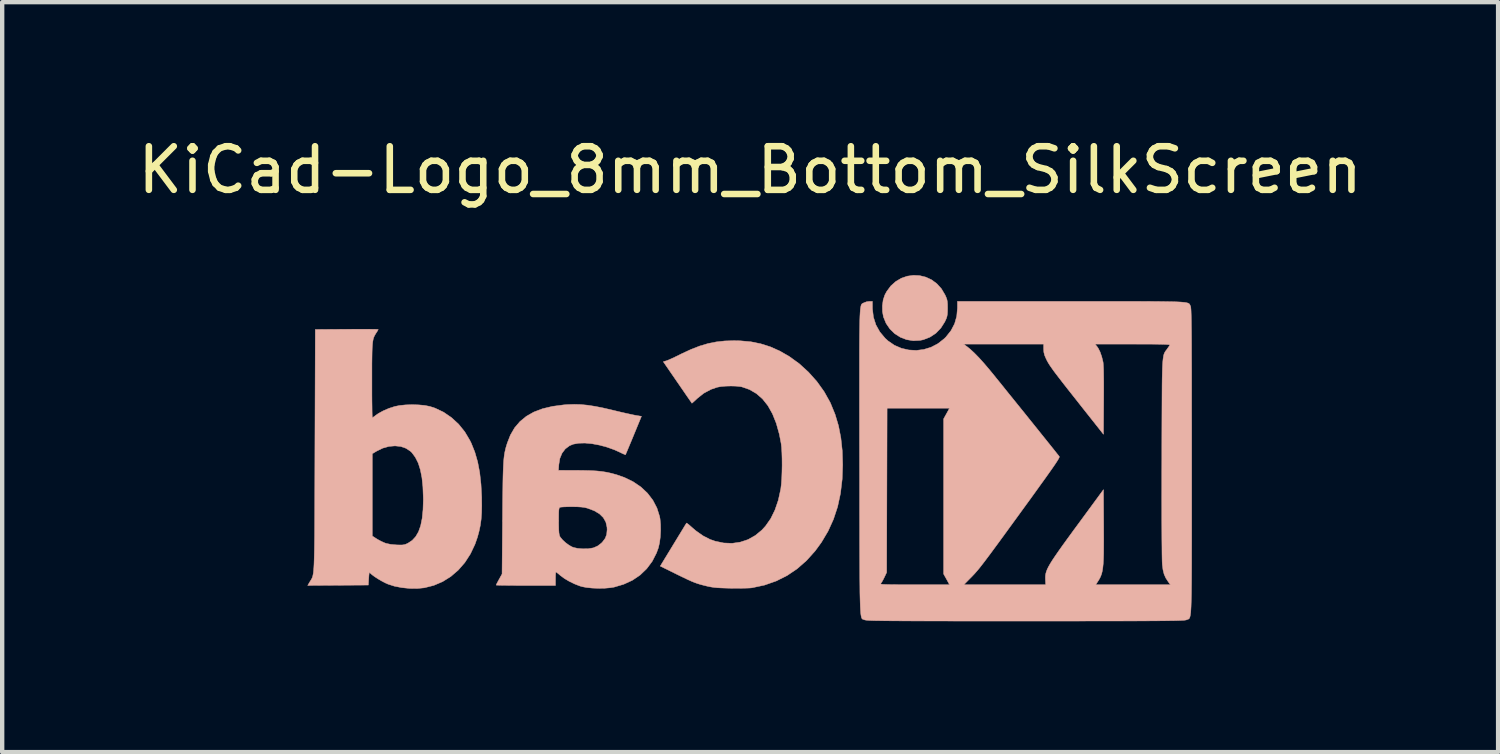
<source format=kicad_pcb>
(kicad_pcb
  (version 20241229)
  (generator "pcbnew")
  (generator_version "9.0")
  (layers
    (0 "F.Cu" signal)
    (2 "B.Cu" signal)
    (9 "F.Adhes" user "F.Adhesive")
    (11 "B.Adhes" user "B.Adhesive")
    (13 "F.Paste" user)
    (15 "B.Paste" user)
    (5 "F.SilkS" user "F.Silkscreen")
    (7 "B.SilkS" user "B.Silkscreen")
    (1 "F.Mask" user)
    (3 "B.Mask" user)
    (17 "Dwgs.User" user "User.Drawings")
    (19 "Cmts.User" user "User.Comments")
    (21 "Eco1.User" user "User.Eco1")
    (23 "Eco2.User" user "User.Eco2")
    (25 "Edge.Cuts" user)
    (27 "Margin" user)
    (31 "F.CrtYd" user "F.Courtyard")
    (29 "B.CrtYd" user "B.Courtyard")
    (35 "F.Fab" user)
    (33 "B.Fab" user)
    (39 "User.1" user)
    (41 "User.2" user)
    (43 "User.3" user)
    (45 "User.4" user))
  (footprint "KiCad-Logo_8mm_Bottom_SilkScreen"
    (layer "F.Cu")
    (at 14.149 7.198)
    (property "Reference" "KiCad-Logo_8mm_Bottom_SilkScreen" (at 0 -6.35 0) (layer "F.SilkS") (effects (font (size 1 1) (thickness 0.15))))
    (attr exclude_from_pos_files exclude_from_bom)
    (fp_poly (pts (xy 3.602 -3.916) (xy 3.466 -3.869) (xy 3.339 -3.794) (xy 3.226 -3.693) (xy 3.13 -3.564) (xy 3.087 -3.483) (xy 3.05 -3.37) (xy 3.032 -3.239) (xy 3.034 -3.105) (xy 3.056 -2.983) (xy 3.117 -2.834) (xy 3.205 -2.705) (xy 3.315 -2.598) (xy 3.444 -2.516) (xy 3.587 -2.461) (xy 3.739 -2.436) (xy 3.896 -2.444) (xy 3.973 -2.46) (xy 4.124 -2.519) (xy 4.258 -2.608) (xy 4.372 -2.726) (xy 4.463 -2.869) (xy 4.47 -2.885) (xy 4.497 -2.943) (xy 4.513 -2.993) (xy 4.522 -3.045) (xy 4.526 -3.111) (xy 4.527 -3.184) (xy 4.526 -3.271) (xy 4.521 -3.334) (xy 4.511 -3.385) (xy 4.492 -3.436) (xy 4.469 -3.487) (xy 4.384 -3.63) (xy 4.279 -3.745) (xy 4.158 -3.834) (xy 4.026 -3.895) (xy 3.886 -3.929) (xy 3.744 -3.936) (xy 3.602 -3.916)) (stroke (width 0.01) (type solid)) (fill yes) (layer "B.SilkS"))
    (fp_poly (pts (xy -0.581 -2.431) (xy -0.777 -2.409) (xy -0.967 -2.371) (xy -1.158 -2.314) (xy -1.358 -2.236) (xy -1.576 -2.135) (xy -1.615 -2.115) (xy -1.705 -2.071) (xy -1.79 -2.031) (xy -1.861 -1.999) (xy -1.91 -1.979) (xy -1.918 -1.977) (xy -1.991 -1.955) (xy -1.665 -1.481) (xy -1.585 -1.365) (xy -1.512 -1.259) (xy -1.449 -1.167) (xy -1.397 -1.092) (xy -1.359 -1.038) (xy -1.339 -1.008) (xy -1.335 -1.003) (xy -1.322 -1.013) (xy -1.288 -1.043) (xy -1.24 -1.087) (xy -1.214 -1.112) (xy -1.065 -1.231) (xy -0.897 -1.321) (xy -0.753 -1.37) (xy -0.666 -1.386) (xy -0.558 -1.395) (xy -0.44 -1.398) (xy -0.326 -1.395) (xy -0.229 -1.385) (xy -0.19 -1.378) (xy -0.015 -1.317) (xy 0.143 -1.225) (xy 0.284 -1.102) (xy 0.407 -0.947) (xy 0.512 -0.76) (xy 0.599 -0.543) (xy 0.669 -0.294) (xy 0.71 -0.082) (xy 0.721 0.012) (xy 0.728 0.134) (xy 0.732 0.273) (xy 0.733 0.423) (xy 0.73 0.575) (xy 0.725 0.718) (xy 0.716 0.846) (xy 0.704 0.949) (xy 0.702 0.964) (xy 0.646 1.22) (xy 0.569 1.445) (xy 0.472 1.643) (xy 0.353 1.813) (xy 0.269 1.905) (xy 0.117 2.03) (xy -0.049 2.123) (xy -0.227 2.182) (xy -0.414 2.209) (xy -0.607 2.201) (xy -0.803 2.16) (xy -0.92 2.119) (xy -1.08 2.037) (xy -1.246 1.92) (xy -1.339 1.84) (xy -1.391 1.794) (xy -1.432 1.761) (xy -1.455 1.745) (xy -1.458 1.744) (xy -1.469 1.761) (xy -1.496 1.804) (xy -1.537 1.872) (xy -1.59 1.959) (xy -1.653 2.062) (xy -1.723 2.177) (xy -1.762 2.241) (xy -2.061 2.732) (xy -1.688 2.916) (xy -1.553 2.982) (xy -1.444 3.034) (xy -1.354 3.075) (xy -1.276 3.107) (xy -1.203 3.133) (xy -1.13 3.155) (xy -1.049 3.176) (xy -0.971 3.195) (xy -0.901 3.209) (xy -0.829 3.22) (xy -0.746 3.228) (xy -0.645 3.233) (xy -0.52 3.237) (xy -0.435 3.239) (xy -0.315 3.24) (xy -0.199 3.239) (xy -0.096 3.237) (xy -0.013 3.234) (xy 0.042 3.229) (xy 0.045 3.228) (xy 0.33 3.167) (xy 0.598 3.073) (xy 0.848 2.948) (xy 1.08 2.791) (xy 1.295 2.602) (xy 1.492 2.382) (xy 1.635 2.186) (xy 1.787 1.93) (xy 1.91 1.659) (xy 2.005 1.372) (xy 2.071 1.066) (xy 2.11 0.74) (xy 2.122 0.408) (xy 2.112 0.087) (xy 2.08 -0.209) (xy 2.026 -0.486) (xy 1.948 -0.747) (xy 1.845 -0.999) (xy 1.833 -1.025) (xy 1.697 -1.268) (xy 1.531 -1.5) (xy 1.338 -1.716) (xy 1.125 -1.91) (xy 0.894 -2.077) (xy 0.679 -2.2) (xy 0.462 -2.297) (xy 0.244 -2.366) (xy 0.018 -2.412) (xy -0.226 -2.434) (xy -0.372 -2.437) (xy -0.581 -2.431)) (stroke (width 0.01) (type solid)) (fill yes) (layer "B.SilkS"))
    (fp_poly (pts (xy -9.042 -2.7) (xy -9.196 -2.699) (xy -9.248 -2.699) (xy -9.97 -2.694) (xy -9.979 0.073) (xy -9.98 0.448) (xy -9.981 0.788) (xy -9.982 1.096) (xy -9.983 1.373) (xy -9.984 1.621) (xy -9.985 1.841) (xy -9.986 2.036) (xy -9.988 2.206) (xy -9.99 2.354) (xy -9.993 2.482) (xy -9.996 2.592) (xy -9.999 2.684) (xy -10.003 2.761) (xy -10.008 2.825) (xy -10.013 2.877) (xy -10.02 2.92) (xy -10.027 2.954) (xy -10.035 2.982) (xy -10.044 3.005) (xy -10.055 3.026) (xy -10.066 3.045) (xy -10.079 3.066) (xy -10.093 3.089) (xy -10.096 3.093) (xy -10.144 3.175) (xy -8.754 3.166) (xy -8.745 3.013) (xy -8.74 2.94) (xy -8.735 2.898) (xy -8.728 2.881) (xy -8.717 2.884) (xy -8.709 2.894) (xy -8.67 2.929) (xy -8.608 2.975) (xy -8.531 3.025) (xy -8.447 3.074) (xy -8.365 3.117) (xy -8.302 3.145) (xy -8.155 3.192) (xy -7.986 3.225) (xy -7.808 3.243) (xy -7.633 3.245) (xy -7.474 3.229) (xy -7.472 3.229) (xy -7.254 3.174) (xy -7.05 3.087) (xy -6.863 2.97) (xy -6.693 2.824) (xy -6.542 2.651) (xy -6.414 2.453) (xy -6.309 2.232) (xy -6.252 2.068) (xy -6.215 1.931) (xy -6.187 1.799) (xy -6.168 1.663) (xy -6.157 1.514) (xy -6.153 1.347) (xy -6.155 1.209) (xy -7.493 1.209) (xy -7.5 1.439) (xy -7.52 1.637) (xy -7.554 1.805) (xy -7.603 1.943) (xy -7.668 2.055) (xy -7.748 2.142) (xy -7.842 2.204) (xy -7.89 2.227) (xy -7.932 2.24) (xy -7.979 2.247) (xy -8.042 2.247) (xy -8.11 2.245) (xy -8.243 2.233) (xy -8.349 2.21) (xy -8.382 2.198) (xy -8.458 2.164) (xy -8.538 2.121) (xy -8.572 2.1) (xy -8.663 2.041) (xy -8.663 0.155) (xy -8.563 0.095) (xy -8.424 0.027) (xy -8.282 -0.013) (xy -8.142 -0.025) (xy -8.009 -0.011) (xy -7.889 0.031) (xy -7.787 0.099) (xy -7.754 0.131) (xy -7.675 0.239) (xy -7.61 0.368) (xy -7.561 0.523) (xy -7.525 0.704) (xy -7.503 0.915) (xy -7.494 1.157) (xy -7.493 1.209) (xy -6.155 1.209) (xy -6.155 1.152) (xy -6.171 0.854) (xy -6.201 0.584) (xy -6.248 0.34) (xy -6.312 0.118) (xy -6.394 -0.087) (xy -6.424 -0.148) (xy -6.542 -0.347) (xy -6.684 -0.523) (xy -6.848 -0.674) (xy -7.029 -0.798) (xy -7.225 -0.891) (xy -7.343 -0.929) (xy -7.458 -0.952) (xy -7.597 -0.965) (xy -7.748 -0.97) (xy -7.898 -0.965) (xy -8.038 -0.951) (xy -8.15 -0.928) (xy -8.283 -0.885) (xy -8.412 -0.829) (xy -8.525 -0.767) (xy -8.585 -0.725) (xy -8.627 -0.693) (xy -8.656 -0.674) (xy -8.662 -0.671) (xy -8.664 -0.689) (xy -8.666 -0.739) (xy -8.668 -0.819) (xy -8.669 -0.924) (xy -8.671 -1.051) (xy -8.672 -1.197) (xy -8.672 -1.357) (xy -8.672 -1.521) (xy -8.672 -1.731) (xy -8.672 -1.908) (xy -8.67 -2.055) (xy -8.668 -2.176) (xy -8.665 -2.274) (xy -8.659 -2.353) (xy -8.652 -2.416) (xy -8.643 -2.467) (xy -8.631 -2.508) (xy -8.616 -2.543) (xy -8.598 -2.576) (xy -8.577 -2.61) (xy -8.574 -2.614) (xy -8.546 -2.658) (xy -8.529 -2.688) (xy -8.527 -2.694) (xy -8.545 -2.696) (xy -8.595 -2.698) (xy -8.673 -2.699) (xy -8.776 -2.7) (xy -8.9 -2.7) (xy -9.042 -2.7)) (stroke (width 0.01) (type solid)) (fill yes) (layer "B.SilkS"))
    (fp_poly (pts (xy -4.186 -0.972) (xy -4.276 -0.965) (xy -4.533 -0.931) (xy -4.76 -0.877) (xy -4.96 -0.801) (xy -5.132 -0.703) (xy -5.278 -0.583) (xy -5.4 -0.44) (xy -5.497 -0.272) (xy -5.568 -0.091) (xy -5.586 -0.033) (xy -5.602 0.021) (xy -5.615 0.075) (xy -5.627 0.13) (xy -5.637 0.191) (xy -5.645 0.26) (xy -5.652 0.339) (xy -5.657 0.433) (xy -5.662 0.543) (xy -5.666 0.672) (xy -5.669 0.825) (xy -5.671 1.003) (xy -5.674 1.209) (xy -5.676 1.447) (xy -5.677 1.633) (xy -5.688 2.912) (xy -5.756 3.035) (xy -5.788 3.094) (xy -5.812 3.14) (xy -5.823 3.165) (xy -5.824 3.167) (xy -5.806 3.168) (xy -5.757 3.17) (xy -5.678 3.172) (xy -5.576 3.173) (xy -5.453 3.174) (xy -5.314 3.175) (xy -5.162 3.175) (xy -5.144 3.175) (xy -4.463 3.175) (xy -4.463 3.021) (xy -4.462 2.951) (xy -4.459 2.898) (xy -4.454 2.869) (xy -4.452 2.867) (xy -4.434 2.878) (xy -4.397 2.907) (xy -4.349 2.948) (xy -4.348 2.949) (xy -4.26 3.014) (xy -4.149 3.08) (xy -4.028 3.139) (xy -3.908 3.186) (xy -3.855 3.202) (xy -3.751 3.222) (xy -3.622 3.235) (xy -3.481 3.241) (xy -3.34 3.239) (xy -3.211 3.228) (xy -3.121 3.214) (xy -2.899 3.148) (xy -2.699 3.056) (xy -2.522 2.936) (xy -2.371 2.791) (xy -2.245 2.622) (xy -2.147 2.43) (xy -2.104 2.313) (xy -2.078 2.2) (xy -2.06 2.064) (xy -2.052 1.917) (xy -2.052 1.896) (xy -3.279 1.896) (xy -3.289 2.005) (xy -3.323 2.095) (xy -3.386 2.179) (xy -3.41 2.204) (xy -3.496 2.27) (xy -3.594 2.313) (xy -3.713 2.333) (xy -3.837 2.335) (xy -3.956 2.325) (xy -4.046 2.305) (xy -4.086 2.29) (xy -4.156 2.25) (xy -4.232 2.194) (xy -4.3 2.131) (xy -4.351 2.07) (xy -4.365 2.047) (xy -4.375 2.016) (xy -4.383 1.967) (xy -4.388 1.894) (xy -4.39 1.793) (xy -4.391 1.697) (xy -4.39 1.585) (xy -4.389 1.504) (xy -4.386 1.449) (xy -4.381 1.414) (xy -4.373 1.394) (xy -4.362 1.384) (xy -4.359 1.383) (xy -4.33 1.378) (xy -4.272 1.374) (xy -4.193 1.371) (xy -4.102 1.37) (xy -4.082 1.37) (xy -3.96 1.372) (xy -3.866 1.378) (xy -3.791 1.388) (xy -3.729 1.404) (xy -3.575 1.462) (xy -3.455 1.533) (xy -3.367 1.619) (xy -3.309 1.721) (xy -3.282 1.839) (xy -3.279 1.896) (xy -2.052 1.896) (xy -2.054 1.774) (xy -2.066 1.645) (xy -2.076 1.592) (xy -2.137 1.399) (xy -2.23 1.221) (xy -2.353 1.06) (xy -2.504 0.918) (xy -2.682 0.797) (xy -2.885 0.698) (xy -3.057 0.638) (xy -3.172 0.606) (xy -3.282 0.581) (xy -3.395 0.563) (xy -3.516 0.55) (xy -3.654 0.542) (xy -3.816 0.538) (xy -3.962 0.536) (xy -4.395 0.535) (xy -4.386 0.405) (xy -4.363 0.264) (xy -4.313 0.143) (xy -4.238 0.044) (xy -4.141 -0.029) (xy -4.056 -0.064) (xy -3.934 -0.086) (xy -3.789 -0.09) (xy -3.627 -0.075) (xy -3.455 -0.043) (xy -3.281 0.004) (xy -3.111 0.065) (xy -2.987 0.121) (xy -2.928 0.15) (xy -2.882 0.17) (xy -2.859 0.178) (xy -2.858 0.178) (xy -2.85 0.16) (xy -2.83 0.114) (xy -2.8 0.042) (xy -2.762 -0.049) (xy -2.717 -0.156) (xy -2.672 -0.265) (xy -2.492 -0.703) (xy -2.62 -0.724) (xy -2.676 -0.735) (xy -2.76 -0.753) (xy -2.864 -0.776) (xy -2.982 -0.803) (xy -3.107 -0.833) (xy -3.157 -0.845) (xy -3.372 -0.895) (xy -3.56 -0.932) (xy -3.728 -0.958) (xy -3.884 -0.973) (xy -4.034 -0.977) (xy -4.186 -0.972)) (stroke (width 0.01) (type solid)) (fill yes) (layer "B.SilkS"))
    (fp_poly (pts (xy 7.87 -3.338) (xy 7.521 -3.338) (xy 7.358 -3.338) (xy 4.753 -3.338) (xy 4.753 -3.185) (xy 4.737 -2.998) (xy 4.688 -2.826) (xy 4.605 -2.667) (xy 4.488 -2.52) (xy 4.448 -2.481) (xy 4.306 -2.369) (xy 4.149 -2.287) (xy 3.982 -2.236) (xy 3.81 -2.214) (xy 3.637 -2.224) (xy 3.468 -2.263) (xy 3.308 -2.332) (xy 3.162 -2.432) (xy 3.096 -2.492) (xy 2.973 -2.639) (xy 2.883 -2.801) (xy 2.827 -2.976) (xy 2.805 -3.161) (xy 2.804 -3.18) (xy 2.803 -3.338) (xy 2.733 -3.338) (xy 2.671 -3.33) (xy 2.615 -3.309) (xy 2.611 -3.307) (xy 2.598 -3.301) (xy 2.587 -3.296) (xy 2.576 -3.29) (xy 2.566 -3.284) (xy 2.557 -3.274) (xy 2.549 -3.26) (xy 2.542 -3.239) (xy 2.536 -3.211) (xy 2.53 -3.174) (xy 2.525 -3.127) (xy 2.521 -3.067) (xy 2.517 -2.994) (xy 2.514 -2.906) (xy 2.512 -2.801) (xy 2.51 -2.678) (xy 2.508 -2.535) (xy 2.507 -2.372) (xy 2.506 -2.186) (xy 2.506 -1.976) (xy 2.506 -1.74) (xy 2.506 -1.477) (xy 2.506 -1.185) (xy 2.506 -0.864) (xy 2.507 -0.511) (xy 2.507 -0.124) (xy 2.508 0.297) (xy 2.508 0.348) (xy 2.509 0.771) (xy 2.509 1.16) (xy 2.509 1.516) (xy 2.51 1.839) (xy 2.51 2.133) (xy 2.511 2.398) (xy 2.512 2.635) (xy 2.513 2.847) (xy 2.514 3.034) (xy 2.516 3.199) (xy 2.517 3.342) (xy 2.52 3.466) (xy 2.523 3.571) (xy 2.526 3.66) (xy 2.53 3.733) (xy 2.534 3.793) (xy 2.539 3.84) (xy 2.545 3.877) (xy 2.551 3.904) (xy 2.558 3.924) (xy 2.566 3.937) (xy 2.575 3.946) (xy 2.585 3.951) (xy 2.596 3.955) (xy 2.608 3.958) (xy 2.621 3.963) (xy 2.624 3.964) (xy 2.634 3.967) (xy 2.651 3.97) (xy 2.676 3.973) (xy 2.71 3.976) (xy 2.756 3.978) (xy 2.814 3.98) (xy 2.886 3.982) (xy 2.973 3.983) (xy 3.078 3.985) (xy 3.201 3.986) (xy 3.343 3.987) (xy 3.507 3.988) (xy 3.694 3.989) (xy 3.905 3.989) (xy 4.141 3.99) (xy 4.405 3.99) (xy 4.697 3.991) (xy 5.019 3.991) (xy 5.373 3.991) (xy 5.759 3.991) (xy 6.18 3.991) (xy 6.316 3.991) (xy 6.747 3.991) (xy 7.142 3.991) (xy 7.504 3.991) (xy 7.835 3.99) (xy 8.134 3.99) (xy 8.405 3.99) (xy 8.649 3.989) (xy 8.866 3.989) (xy 9.059 3.988) (xy 9.229 3.987) (xy 9.378 3.986) (xy 9.506 3.985) (xy 9.616 3.983) (xy 9.709 3.982) (xy 9.786 3.98) (xy 9.848 3.978) (xy 9.899 3.976) (xy 9.937 3.974) (xy 9.967 3.971) (xy 9.987 3.968) (xy 10.001 3.965) (xy 10.009 3.962) (xy 10.023 3.956) (xy 10.035 3.952) (xy 10.046 3.948) (xy 10.057 3.942) (xy 10.066 3.934) (xy 10.075 3.92) (xy 10.082 3.901) (xy 10.089 3.874) (xy 10.095 3.839) (xy 10.101 3.793) (xy 10.105 3.734) (xy 10.109 3.663) (xy 10.112 3.576) (xy 10.115 3.473) (xy 10.118 3.352) (xy 10.119 3.211) (xy 10.12 3.157) (xy 9.636 3.157) (xy 7.924 3.157) (xy 7.957 3.107) (xy 7.99 3.056) (xy 8.018 3.007) (xy 8.041 2.957) (xy 8.06 2.903) (xy 8.075 2.841) (xy 8.086 2.768) (xy 8.095 2.68) (xy 8.101 2.574) (xy 8.105 2.447) (xy 8.106 2.294) (xy 8.107 2.114) (xy 8.106 1.902) (xy 8.106 1.823) (xy 8.101 0.978) (xy 7.566 1.707) (xy 7.414 1.913) (xy 7.283 2.093) (xy 7.17 2.249) (xy 7.075 2.383) (xy 6.996 2.497) (xy 6.931 2.594) (xy 6.88 2.676) (xy 6.84 2.746) (xy 6.811 2.806) (xy 6.791 2.858) (xy 6.778 2.905) (xy 6.771 2.949) (xy 6.769 2.992) (xy 6.77 3.038) (xy 6.77 3.043) (xy 6.776 3.157) (xy 4.901 3.157) (xy 5.04 3.016) (xy 5.078 2.978) (xy 5.114 2.94) (xy 5.15 2.902) (xy 5.186 2.86) (xy 5.226 2.814) (xy 5.27 2.76) (xy 5.32 2.696) (xy 5.377 2.622) (xy 5.443 2.534) (xy 5.521 2.43) (xy 5.61 2.309) (xy 5.713 2.169) (xy 5.832 2.006) (xy 5.967 1.82) (xy 6.121 1.609) (xy 6.247 1.435) (xy 6.406 1.217) (xy 6.544 1.026) (xy 6.663 0.86) (xy 6.765 0.719) (xy 6.85 0.599) (xy 6.92 0.5) (xy 6.976 0.419) (xy 7.019 0.355) (xy 7.051 0.305) (xy 7.072 0.269) (xy 7.085 0.243) (xy 7.09 0.227) (xy 7.088 0.218) (xy 7.071 0.196) (xy 7.032 0.148) (xy 6.976 0.077) (xy 6.904 -0.013) (xy 6.818 -0.12) (xy 6.721 -0.241) (xy 6.615 -0.373) (xy 6.502 -0.514) (xy 6.385 -0.659) (xy 6.266 -0.808) (xy 6.2 -0.889) (xy 4.571 -0.889) (xy 4.504 -0.767) (xy 4.436 -0.644) (xy 4.436 2.912) (xy 4.504 3.034) (xy 4.571 3.157) (xy 3.771 3.157) (xy 3.579 3.157) (xy 3.422 3.157) (xy 3.294 3.156) (xy 3.193 3.155) (xy 3.117 3.153) (xy 3.062 3.151) (xy 3.025 3.148) (xy 3.004 3.144) (xy 2.994 3.139) (xy 2.993 3.132) (xy 2.999 3.125) (xy 2.999 3.125) (xy 3.022 3.092) (xy 3.052 3.038) (xy 3.079 2.984) (xy 3.13 2.876) (xy 3.135 0.993) (xy 3.14 -0.889) (xy 4.571 -0.889) (xy 6.2 -0.889) (xy 6.147 -0.955) (xy 6.03 -1.1) (xy 5.918 -1.238) (xy 5.814 -1.368) (xy 5.719 -1.486) (xy 5.635 -1.589) (xy 5.566 -1.675) (xy 5.512 -1.74) (xy 5.481 -1.778) (xy 5.36 -1.92) (xy 5.244 -2.049) (xy 5.136 -2.159) (xy 5.04 -2.247) (xy 4.973 -2.301) (xy 4.893 -2.359) (xy 6.729 -2.359) (xy 6.729 -2.251) (xy 6.734 -2.172) (xy 6.753 -2.098) (xy 6.783 -2.029) (xy 6.802 -1.989) (xy 6.823 -1.95) (xy 6.847 -1.909) (xy 6.877 -1.863) (xy 6.914 -1.81) (xy 6.959 -1.746) (xy 7.016 -1.67) (xy 7.086 -1.579) (xy 7.17 -1.47) (xy 7.271 -1.341) (xy 7.391 -1.189) (xy 7.532 -1.011) (xy 7.547 -0.991) (xy 8.101 -0.291) (xy 8.106 -1.066) (xy 8.107 -1.299) (xy 8.107 -1.495) (xy 8.105 -1.657) (xy 8.103 -1.784) (xy 8.098 -1.878) (xy 8.093 -1.938) (xy 8.091 -1.95) (xy 8.061 -2.071) (xy 8.023 -2.18) (xy 7.979 -2.267) (xy 7.953 -2.304) (xy 7.907 -2.359) (xy 8.772 -2.359) (xy 8.978 -2.358) (xy 9.15 -2.358) (xy 9.291 -2.357) (xy 9.404 -2.355) (xy 9.49 -2.353) (xy 9.553 -2.35) (xy 9.594 -2.347) (xy 9.616 -2.342) (xy 9.623 -2.337) (xy 9.622 -2.336) (xy 9.604 -2.308) (xy 9.573 -2.264) (xy 9.558 -2.242) (xy 9.541 -2.22) (xy 9.526 -2.2) (xy 9.513 -2.181) (xy 9.502 -2.16) (xy 9.491 -2.135) (xy 9.482 -2.106) (xy 9.475 -2.068) (xy 9.468 -2.022) (xy 9.462 -1.964) (xy 9.457 -1.893) (xy 9.453 -1.806) (xy 9.45 -1.703) (xy 9.447 -1.58) (xy 9.445 -1.436) (xy 9.444 -1.27) (xy 9.443 -1.078) (xy 9.442 -0.86) (xy 9.441 -0.613) (xy 9.44 -0.335) (xy 9.439 -0.024) (xy 9.439 0.261) (xy 9.438 0.579) (xy 9.438 0.883) (xy 9.437 1.17) (xy 9.438 1.439) (xy 9.438 1.687) (xy 9.439 1.913) (xy 9.44 2.114) (xy 9.442 2.289) (xy 9.443 2.436) (xy 9.445 2.553) (xy 9.447 2.638) (xy 9.45 2.689) (xy 9.45 2.694) (xy 9.466 2.818) (xy 9.491 2.917) (xy 9.529 3.003) (xy 9.585 3.089) (xy 9.591 3.098) (xy 9.636 3.157) (xy 10.12 3.157) (xy 10.121 3.049) (xy 10.122 2.865) (xy 10.123 2.657) (xy 10.123 2.423) (xy 10.124 2.162) (xy 10.124 1.873) (xy 10.124 1.554) (xy 10.124 1.203) (xy 10.124 0.82) (xy 10.124 0.401) (xy 10.124 0.318) (xy 10.124 -0.104) (xy 10.124 -0.492) (xy 10.123 -0.847) (xy 10.123 -1.169) (xy 10.123 -1.462) (xy 10.123 -1.725) (xy 10.122 -1.961) (xy 10.121 -2.172) (xy 10.121 -2.357) (xy 10.12 -2.521) (xy 10.119 -2.662) (xy 10.117 -2.784) (xy 10.116 -2.887) (xy 10.114 -2.974) (xy 10.112 -3.045) (xy 10.11 -3.102) (xy 10.108 -3.146) (xy 10.105 -3.18) (xy 10.103 -3.204) (xy 10.1 -3.22) (xy 10.096 -3.23) (xy 10.096 -3.23) (xy 10.089 -3.245) (xy 10.084 -3.258) (xy 10.077 -3.27) (xy 10.069 -3.281) (xy 10.056 -3.29) (xy 10.037 -3.299) (xy 10.011 -3.306) (xy 9.976 -3.313) (xy 9.929 -3.318) (xy 9.87 -3.323) (xy 9.796 -3.327) (xy 9.705 -3.33) (xy 9.597 -3.332) (xy 9.469 -3.334) (xy 9.319 -3.336) (xy 9.146 -3.337) (xy 8.948 -3.338) (xy 8.723 -3.338) (xy 8.47 -3.338) (xy 8.186 -3.338) (xy 7.87 -3.338)) (stroke (width 0.01) (type solid)) (fill yes) (layer "B.SilkS")))
  (gr_rect
    (start -3 -3)
    (end 31.298 14.194)
    (stroke (width 0.1) (type default))
    (fill no)
    (layer "Edge.Cuts")))
</source>
